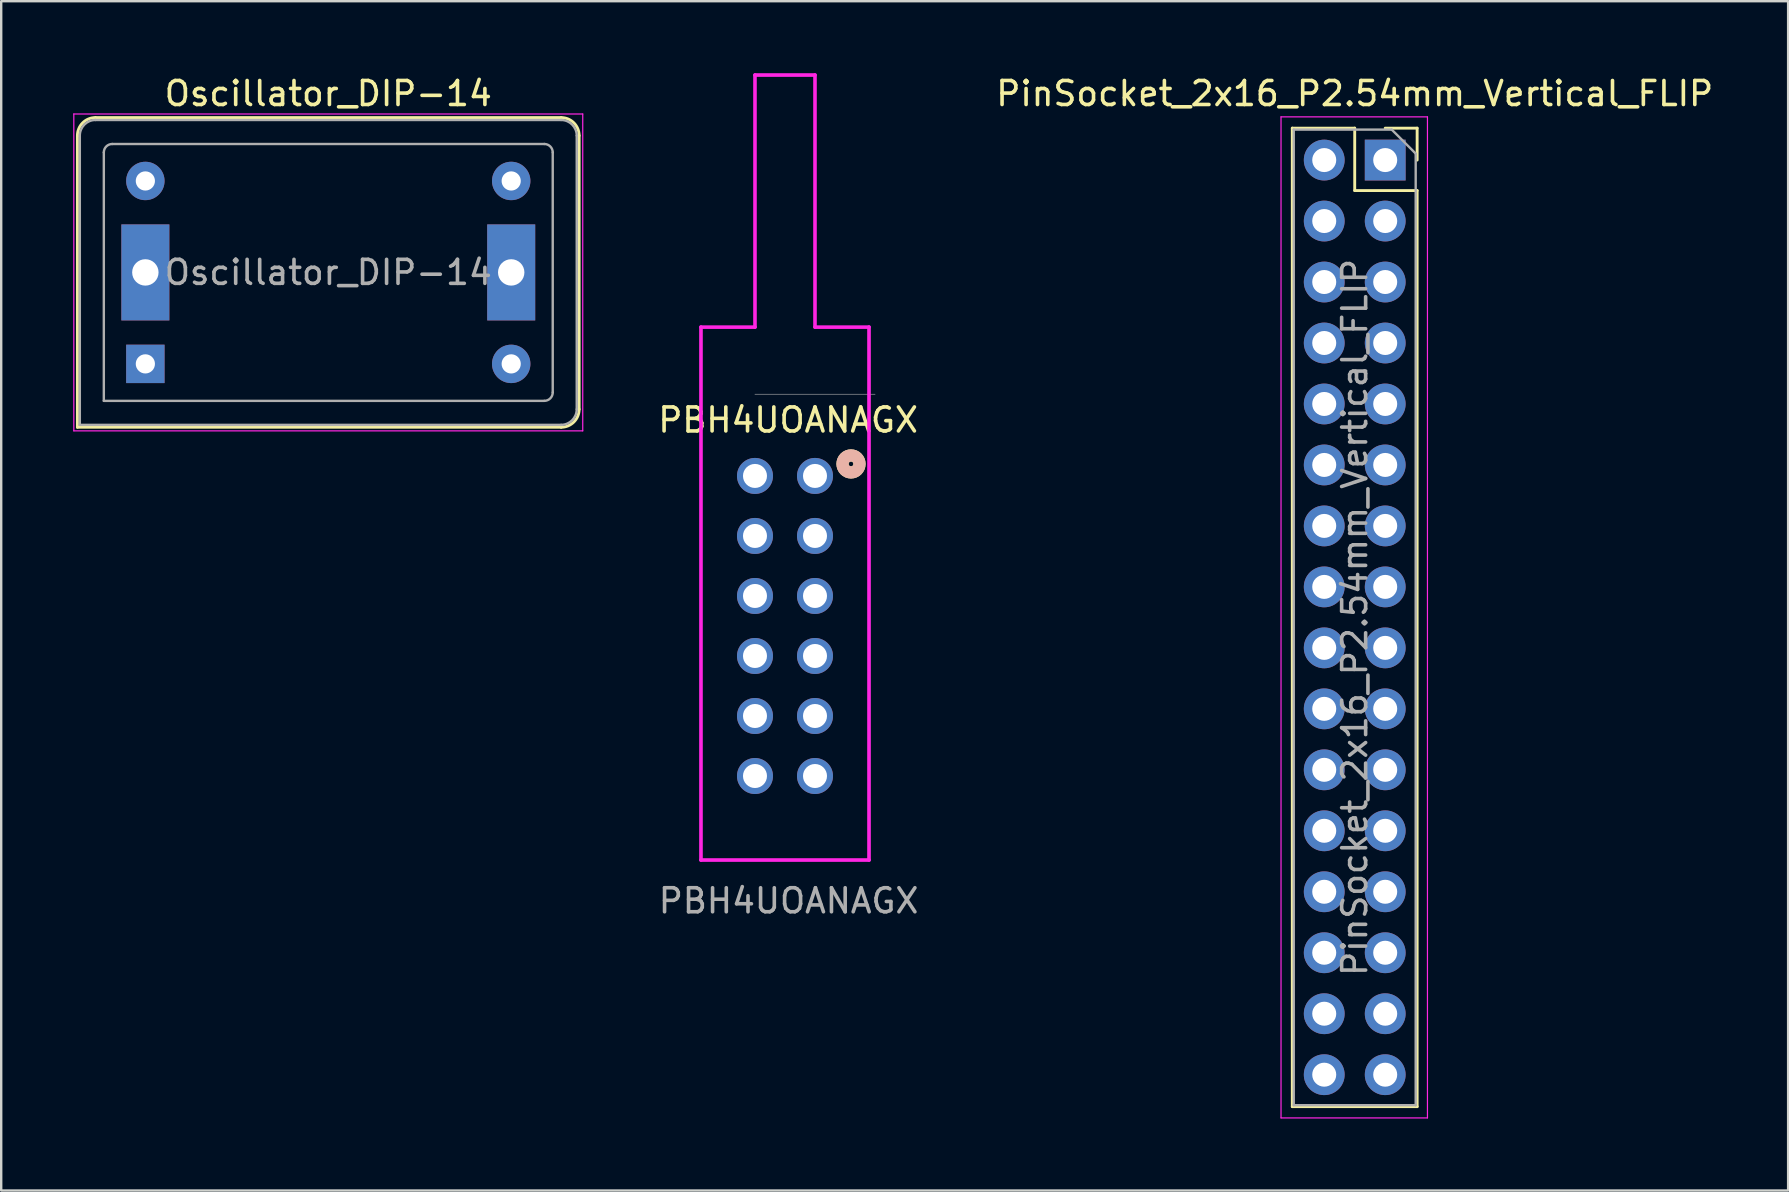
<source format=kicad_pcb>
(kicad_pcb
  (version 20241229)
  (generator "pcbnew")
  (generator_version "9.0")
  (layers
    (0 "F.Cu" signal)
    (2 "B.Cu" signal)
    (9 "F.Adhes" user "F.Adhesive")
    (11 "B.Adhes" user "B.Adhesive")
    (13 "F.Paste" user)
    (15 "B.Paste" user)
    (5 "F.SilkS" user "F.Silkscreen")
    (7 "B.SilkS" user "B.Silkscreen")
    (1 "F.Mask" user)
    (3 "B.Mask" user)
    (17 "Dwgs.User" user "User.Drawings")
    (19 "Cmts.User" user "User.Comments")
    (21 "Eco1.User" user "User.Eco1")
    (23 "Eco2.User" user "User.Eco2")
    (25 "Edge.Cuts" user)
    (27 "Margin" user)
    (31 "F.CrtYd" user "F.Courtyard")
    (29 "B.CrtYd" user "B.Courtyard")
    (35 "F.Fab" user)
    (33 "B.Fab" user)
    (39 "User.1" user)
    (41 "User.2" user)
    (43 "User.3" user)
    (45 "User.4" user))
  (footprint "PinSocket_2x16_P2.54mm_Vertical_FLIP"
    (layer "F.Cu")
    (at 54.653 3.618)
    (property "Reference" "PinSocket_2x16_P2.54mm_Vertical_FLIP" (at -1.27 -2.77 0) (layer "F.SilkS") (effects (font (size 1 1) (thickness 0.15))))
    (attr through_hole)
    (fp_line (start -3.87 -1.33) (end -3.87 39.43) (stroke (width 0.12) (type solid)) (layer "F.SilkS"))
    (fp_line (start -3.87 -1.33) (end -1.27 -1.33) (stroke (width 0.12) (type solid)) (layer "F.SilkS"))
    (fp_line (start -3.87 39.43) (end 1.33 39.43) (stroke (width 0.12) (type solid)) (layer "F.SilkS"))
    (fp_line (start -1.27 -1.33) (end -1.27 1.27) (stroke (width 0.12) (type solid)) (layer "F.SilkS"))
    (fp_line (start -1.27 1.27) (end 1.33 1.27) (stroke (width 0.12) (type solid)) (layer "F.SilkS"))
    (fp_line (start 0 -1.33) (end 1.33 -1.33) (stroke (width 0.12) (type solid)) (layer "F.SilkS"))
    (fp_line (start 1.33 -1.33) (end 1.33 0) (stroke (width 0.12) (type solid)) (layer "F.SilkS"))
    (fp_line (start 1.33 1.27) (end 1.33 39.43) (stroke (width 0.12) (type solid)) (layer "F.SilkS"))
    (fp_line (start -4.34 -1.8) (end 1.76 -1.8) (stroke (width 0.05) (type solid)) (layer "F.CrtYd"))
    (fp_line (start -4.34 39.9) (end -4.34 -1.8) (stroke (width 0.05) (type solid)) (layer "F.CrtYd"))
    (fp_line (start 1.76 -1.8) (end 1.76 39.9) (stroke (width 0.05) (type solid)) (layer "F.CrtYd"))
    (fp_line (start 1.76 39.9) (end -4.34 39.9) (stroke (width 0.05) (type solid)) (layer "F.CrtYd"))
    (fp_line (start -3.81 -1.27) (end 0.27 -1.27) (stroke (width 0.1) (type solid)) (layer "F.Fab"))
    (fp_line (start -3.81 39.37) (end -3.81 -1.27) (stroke (width 0.1) (type solid)) (layer "F.Fab"))
    (fp_line (start 0.27 -1.27) (end 1.27 -0.27) (stroke (width 0.1) (type solid)) (layer "F.Fab"))
    (fp_line (start 1.27 -0.27) (end 1.27 39.37) (stroke (width 0.1) (type solid)) (layer "F.Fab"))
    (fp_line (start 1.27 39.37) (end -3.81 39.37) (stroke (width 0.1) (type solid)) (layer "F.Fab"))
    (fp_text user "${REFERENCE}" (at -1.27 19.05 90) (layer "F.Fab") (effects (font (size 1 1) (thickness 0.15))))
    (pad "1" thru_hole rect (at 0 0) (size 1.7 1.7) (drill 1) (layers "*.Cu" "*.Mask"))
    (pad "2" thru_hole oval (at -2.54 0) (size 1.7 1.7) (drill 1) (layers "*.Cu" "*.Mask"))
    (pad "3" thru_hole oval (at 0 2.54) (size 1.7 1.7) (drill 1) (layers "*.Cu" "*.Mask"))
    (pad "4" thru_hole oval (at -2.54 2.54) (size 1.7 1.7) (drill 1) (layers "*.Cu" "*.Mask"))
    (pad "5" thru_hole oval (at 0 5.08) (size 1.7 1.7) (drill 1) (layers "*.Cu" "*.Mask"))
    (pad "6" thru_hole oval (at -2.54 5.08) (size 1.7 1.7) (drill 1) (layers "*.Cu" "*.Mask"))
    (pad "7" thru_hole oval (at 0 7.62) (size 1.7 1.7) (drill 1) (layers "*.Cu" "*.Mask"))
    (pad "8" thru_hole oval (at -2.54 7.62) (size 1.7 1.7) (drill 1) (layers "*.Cu" "*.Mask"))
    (pad "9" thru_hole oval (at 0 10.16) (size 1.7 1.7) (drill 1) (layers "*.Cu" "*.Mask"))
    (pad "10" thru_hole oval (at -2.54 10.16) (size 1.7 1.7) (drill 1) (layers "*.Cu" "*.Mask"))
    (pad "11" thru_hole oval (at 0 12.7) (size 1.7 1.7) (drill 1) (layers "*.Cu" "*.Mask"))
    (pad "12" thru_hole oval (at -2.54 12.7) (size 1.7 1.7) (drill 1) (layers "*.Cu" "*.Mask"))
    (pad "13" thru_hole oval (at 0 15.24) (size 1.7 1.7) (drill 1) (layers "*.Cu" "*.Mask"))
    (pad "14" thru_hole oval (at -2.54 15.24) (size 1.7 1.7) (drill 1) (layers "*.Cu" "*.Mask"))
    (pad "15" thru_hole oval (at 0 17.78) (size 1.7 1.7) (drill 1) (layers "*.Cu" "*.Mask"))
    (pad "16" thru_hole oval (at -2.54 17.78) (size 1.7 1.7) (drill 1) (layers "*.Cu" "*.Mask"))
    (pad "17" thru_hole oval (at 0 20.32) (size 1.7 1.7) (drill 1) (layers "*.Cu" "*.Mask"))
    (pad "18" thru_hole oval (at -2.54 20.32) (size 1.7 1.7) (drill 1) (layers "*.Cu" "*.Mask"))
    (pad "19" thru_hole oval (at 0 22.86) (size 1.7 1.7) (drill 1) (layers "*.Cu" "*.Mask"))
    (pad "20" thru_hole oval (at -2.54 22.86) (size 1.7 1.7) (drill 1) (layers "*.Cu" "*.Mask"))
    (pad "21" thru_hole oval (at 0 25.4) (size 1.7 1.7) (drill 1) (layers "*.Cu" "*.Mask"))
    (pad "22" thru_hole oval (at -2.54 25.4) (size 1.7 1.7) (drill 1) (layers "*.Cu" "*.Mask"))
    (pad "23" thru_hole oval (at 0 27.94) (size 1.7 1.7) (drill 1) (layers "*.Cu" "*.Mask"))
    (pad "24" thru_hole oval (at -2.54 27.94) (size 1.7 1.7) (drill 1) (layers "*.Cu" "*.Mask"))
    (pad "25" thru_hole oval (at 0 30.48) (size 1.7 1.7) (drill 1) (layers "*.Cu" "*.Mask"))
    (pad "26" thru_hole oval (at -2.54 30.48) (size 1.7 1.7) (drill 1) (layers "*.Cu" "*.Mask"))
    (pad "27" thru_hole oval (at 0 33.02) (size 1.7 1.7) (drill 1) (layers "*.Cu" "*.Mask"))
    (pad "28" thru_hole oval (at -2.54 33.02) (size 1.7 1.7) (drill 1) (layers "*.Cu" "*.Mask"))
    (pad "29" thru_hole oval (at 0 35.56) (size 1.7 1.7) (drill 1) (layers "*.Cu" "*.Mask"))
    (pad "30" thru_hole oval (at -2.54 35.56) (size 1.7 1.7) (drill 1) (layers "*.Cu" "*.Mask"))
    (pad "31" thru_hole oval (at 0 38.1) (size 1.7 1.7) (drill 1) (layers "*.Cu" "*.Mask"))
    (pad "32" thru_hole oval (at -2.54 38.1) (size 1.7 1.7) (drill 1) (layers "*.Cu" "*.Mask")))
  (footprint "PBH4UOANAGX"
    (layer "F.Cu")
    (at 30.9 16.776)
    (property "Reference" "PBH4UOANAGX" (at -1.12 -2.33 0) (unlocked yes) (layer "F.SilkS") (effects (font (size 1 1) (thickness 0.15))))
    (attr through_hole)
    (fp_circle (center 1.5 -0.5) (end 1.6 -0.5) (stroke (width 0.508) (type solid)) (fill no) (layer "F.SilkS"))
    (fp_circle (center 1.5 -0.5) (end 1.6 -0.5) (stroke (width 0.508) (type solid)) (fill no) (layer "B.SilkS"))
    (fp_line (start -4.75 -6.2) (end -4.75 16) (stroke (width 0.152) (type solid)) (layer "F.CrtYd"))
    (fp_line (start -4.75 -6.2) (end -2.5 -6.2) (stroke (width 0.15) (type default)) (layer "F.CrtYd"))
    (fp_line (start -4.75 16) (end 2.25 16) (stroke (width 0.152) (type solid)) (layer "F.CrtYd"))
    (fp_line (start -2.5 -16.7) (end -2.5 -6.2) (stroke (width 0.15) (type default)) (layer "F.CrtYd"))
    (fp_line (start 0 -16.7) (end -2.5 -16.7) (stroke (width 0.152) (type solid)) (layer "F.CrtYd"))
    (fp_line (start 0 -16.7) (end 0 -6.2) (stroke (width 0.15) (type default)) (layer "F.CrtYd"))
    (fp_line (start 0 -6.2) (end 2.25 -6.2) (stroke (width 0.15) (type default)) (layer "F.CrtYd"))
    (fp_line (start 2.25 16) (end 2.25 -6.2) (stroke (width 0.152) (type solid)) (layer "F.CrtYd"))
    (fp_line (start 2.502 -3.404) (end -2.502 -3.404) (stroke (width 0.025) (type solid)) (layer "F.Fab"))
    (fp_text user "${REFERENCE}" (at -1.1 17.7 0) (unlocked yes) (layer "F.Fab") (effects (font (size 1 1) (thickness 0.15))))
    (pad "1" thru_hole circle (at 0 0) (size 1.5 1.5) (drill 1) (layers "*.Cu" "*.Mask"))
    (pad "2" thru_hole circle (at 0 2.5) (size 1.5 1.5) (drill 1) (layers "*.Cu" "*.Mask"))
    (pad "3" thru_hole circle (at 0 5) (size 1.5 1.5) (drill 1) (layers "*.Cu" "*.Mask"))
    (pad "4" thru_hole circle (at 0 7.5) (size 1.5 1.5) (drill 1) (layers "*.Cu" "*.Mask"))
    (pad "5" thru_hole circle (at 0 10) (size 1.5 1.5) (drill 1) (layers "*.Cu" "*.Mask"))
    (pad "6" thru_hole circle (at 0 12.5) (size 1.5 1.5) (drill 1) (layers "*.Cu" "*.Mask"))
    (pad "7" thru_hole circle (at -2.5 0) (size 1.5 1.5) (drill 1) (layers "*.Cu" "*.Mask"))
    (pad "8" thru_hole circle (at -2.5 2.5) (size 1.5 1.5) (drill 1) (layers "*.Cu" "*.Mask"))
    (pad "9" thru_hole circle (at -2.5 5) (size 1.5 1.5) (drill 1) (layers "*.Cu" "*.Mask"))
    (pad "10" thru_hole circle (at -2.5 7.5) (size 1.5 1.5) (drill 1) (layers "*.Cu" "*.Mask"))
    (pad "11" thru_hole circle (at -2.5 10) (size 1.5 1.5) (drill 1) (layers "*.Cu" "*.Mask"))
    (pad "12" thru_hole circle (at -2.5 12.5) (size 1.5 1.5) (drill 1) (layers "*.Cu" "*.Mask")))
  (footprint "Oscillator_DIP-14"
    (layer "F.Cu")
    (at 3.005 12.108)
    (property "Reference" "Oscillator_DIP-14" (at 7.62 -11.26 0) (layer "F.SilkS") (effects (font (size 1 1) (thickness 0.15))))
    (attr through_hole)
    (fp_line (start -2.83 -9.51) (end -2.83 2.64) (stroke (width 0.12) (type solid)) (layer "F.SilkS"))
    (fp_line (start -2.83 2.64) (end 17.32 2.64) (stroke (width 0.12) (type solid)) (layer "F.SilkS"))
    (fp_line (start 17.32 -10.26) (end -2.08 -10.26) (stroke (width 0.12) (type solid)) (layer "F.SilkS"))
    (fp_line (start 18.07 1.89) (end 18.07 -9.51) (stroke (width 0.12) (type solid)) (layer "F.SilkS"))
    (fp_arc (start -2.83 -9.51) (mid -2.61033 -10.04033) (end -2.08 -10.26) (stroke (width 0.12) (type solid)) (layer "F.SilkS"))
    (fp_arc (start 17.32 -10.26) (mid 17.85033 -10.04033) (end 18.07 -9.51) (stroke (width 0.12) (type solid)) (layer "F.SilkS"))
    (fp_arc (start 18.07 1.89) (mid 17.85033 2.42033) (end 17.32 2.64) (stroke (width 0.12) (type solid)) (layer "F.SilkS"))
    (fp_line (start -2.98 -10.41) (end -2.98 2.79) (stroke (width 0.05) (type solid)) (layer "F.CrtYd"))
    (fp_line (start -2.98 2.79) (end 18.22 2.79) (stroke (width 0.05) (type solid)) (layer "F.CrtYd"))
    (fp_line (start 18.22 -10.41) (end -2.98 -10.41) (stroke (width 0.05) (type solid)) (layer "F.CrtYd"))
    (fp_line (start 18.22 2.79) (end 18.22 -10.41) (stroke (width 0.05) (type solid)) (layer "F.CrtYd"))
    (fp_line (start -2.73 2.54) (end -2.73 -9.51) (stroke (width 0.1) (type solid)) (layer "F.Fab"))
    (fp_line (start -2.73 2.54) (end 17.32 2.54) (stroke (width 0.1) (type solid)) (layer "F.Fab"))
    (fp_line (start -2.08 -10.16) (end 17.32 -10.16) (stroke (width 0.1) (type solid)) (layer "F.Fab"))
    (fp_line (start -1.73 1.54) (end -1.73 -8.81) (stroke (width 0.1) (type solid)) (layer "F.Fab"))
    (fp_line (start -1.73 1.54) (end 16.62 1.54) (stroke (width 0.1) (type solid)) (layer "F.Fab"))
    (fp_line (start -1.38 -9.16) (end 16.62 -9.16) (stroke (width 0.1) (type solid)) (layer "F.Fab"))
    (fp_line (start 16.97 1.19) (end 16.97 -8.81) (stroke (width 0.1) (type solid)) (layer "F.Fab"))
    (fp_line (start 17.97 -9.51) (end 17.97 1.89) (stroke (width 0.1) (type solid)) (layer "F.Fab"))
    (fp_arc (start -2.73 -9.51) (mid -2.539619 -9.969619) (end -2.08 -10.16) (stroke (width 0.1) (type solid)) (layer "F.Fab"))
    (fp_arc (start -1.73 -8.81) (mid -1.627487 -9.057487) (end -1.38 -9.16) (stroke (width 0.1) (type solid)) (layer "F.Fab"))
    (fp_arc (start 16.62 -9.16) (mid 16.867487 -9.057487) (end 16.97 -8.81) (stroke (width 0.1) (type solid)) (layer "F.Fab"))
    (fp_arc (start 16.97 1.19) (mid 16.867487 1.437487) (end 16.62 1.54) (stroke (width 0.1) (type solid)) (layer "F.Fab"))
    (fp_arc (start 17.32 -10.16) (mid 17.779619 -9.969619) (end 17.97 -9.51) (stroke (width 0.1) (type solid)) (layer "F.Fab"))
    (fp_arc (start 17.97 1.89) (mid 17.779619 2.349619) (end 17.32 2.54) (stroke (width 0.1) (type solid)) (layer "F.Fab"))
    (fp_text user "${REFERENCE}" (at 7.62 -3.81 0) (layer "F.Fab") (effects (font (size 1 1) (thickness 0.15))))
    (pad "" np_thru_hole rect (at 0 -3.81) (size 2 4) (drill 1.1) (layers "*.Cu" "*.Mask"))
    (pad "" np_thru_hole rect (at 15.24 -3.81) (size 2 4) (drill 1.1) (layers "*.Cu" "*.Mask"))
    (pad "1" thru_hole rect (at 0 0) (size 1.6 1.6) (drill 0.8) (layers "*.Cu" "*.Mask"))
    (pad "7" thru_hole circle (at 15.24 0) (size 1.6 1.6) (drill 0.8) (layers "*.Cu" "*.Mask"))
    (pad "8" thru_hole circle (at 15.24 -7.62) (size 1.6 1.6) (drill 0.8) (layers "*.Cu" "*.Mask"))
    (pad "14" thru_hole circle (at 0 -7.62) (size 1.6 1.6) (drill 0.8) (layers "*.Cu" "*.Mask")))
  (gr_rect
    (start -3 -3)
    (end 71.437 46.543)
    (stroke (width 0.1) (type default))
    (fill no)
    (layer "Edge.Cuts")))
</source>
